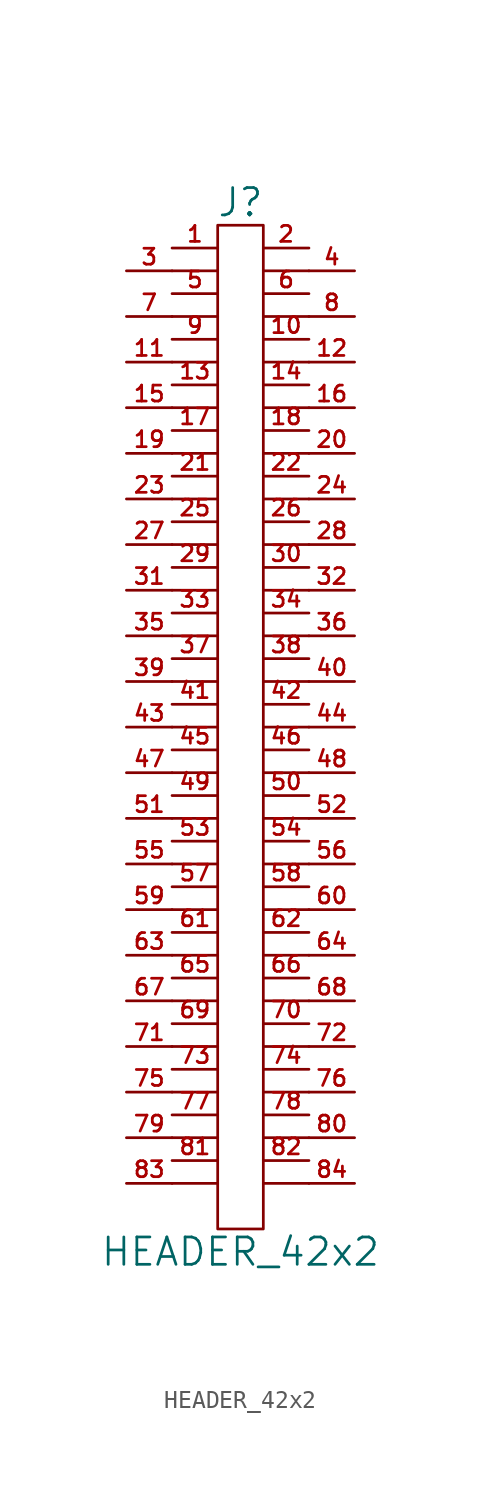
<source format=kicad_sym>
(kicad_symbol_lib
  (version 20220914)
  (generator kicad_symbol_editor)
  (symbol "HEADER_42x2"
    (pin_names
      (offset 0))
    (property "Reference" "J"
      (at 0 29.21 0)
      (effects (font (size 1.524 1.524))))
    (property "Value" "HEADER_42x2"
      (at 0 -29.21 0)
      (effects (font (size 1.524 1.524))))
    (property "Footprint" ""
      (at 0 2.54 0)
      (effects (font (size 1.524 1.524))))
    (property "Datasheet" ""
      (at 0 0 0)
      (effects (font (size 1.524 1.524))))
    (symbol "HEADER_42x2_0_1"
      (polyline (pts (xy -3.81 -25.4) (xy -1.27 -25.4)) (stroke (width 0) (type solid)) (fill (type none)))
      (polyline (pts (xy -3.81 -22.86) (xy -1.27 -22.86)) (stroke (width 0) (type solid)) (fill (type none)))
      (polyline (pts (xy -3.81 -20.32) (xy -1.27 -20.32)) (stroke (width 0) (type solid)) (fill (type none)))
      (polyline (pts (xy -3.81 -17.78) (xy -1.27 -17.78)) (stroke (width 0) (type solid)) (fill (type none)))
      (polyline (pts (xy -3.81 -15.24) (xy -1.27 -15.24)) (stroke (width 0) (type solid)) (fill (type none)))
      (polyline (pts (xy -3.81 -12.7) (xy -1.27 -12.7)) (stroke (width 0) (type solid)) (fill (type none)))
      (polyline (pts (xy -3.81 -10.16) (xy -1.27 -10.16)) (stroke (width 0) (type solid)) (fill (type none)))
      (polyline (pts (xy -3.81 -7.62) (xy -1.27 -7.62)) (stroke (width 0) (type solid)) (fill (type none)))
      (polyline (pts (xy -3.81 -5.08) (xy -1.27 -5.08)) (stroke (width 0) (type solid)) (fill (type none)))
      (polyline (pts (xy -3.81 -2.54) (xy -1.27 -2.54)) (stroke (width 0) (type solid)) (fill (type none)))
      (polyline (pts (xy -3.81 0) (xy -1.27 0)) (stroke (width 0) (type solid)) (fill (type none)))
      (polyline (pts (xy -3.81 2.54) (xy -1.27 2.54)) (stroke (width 0) (type solid)) (fill (type none)))
      (polyline (pts (xy -3.81 5.08) (xy -1.27 5.08)) (stroke (width 0) (type solid)) (fill (type none)))
      (polyline (pts (xy -3.81 7.62) (xy -1.27 7.62)) (stroke (width 0) (type solid)) (fill (type none)))
      (polyline (pts (xy -3.81 10.16) (xy -1.27 10.16)) (stroke (width 0) (type solid)) (fill (type none)))
      (polyline (pts (xy -3.81 12.7) (xy -1.27 12.7)) (stroke (width 0) (type solid)) (fill (type none)))
      (polyline (pts (xy -3.81 15.24) (xy -1.27 15.24)) (stroke (width 0) (type solid)) (fill (type none)))
      (polyline (pts (xy -3.81 17.78) (xy -1.27 17.78)) (stroke (width 0) (type solid)) (fill (type none)))
      (polyline (pts (xy -3.81 20.32) (xy -1.27 20.32)) (stroke (width 0) (type solid)) (fill (type none)))
      (polyline (pts (xy -3.81 22.86) (xy -1.27 22.86)) (stroke (width 0) (type solid)) (fill (type none)))
      (polyline (pts (xy -3.81 25.4) (xy -1.27 25.4)) (stroke (width 0) (type solid)) (fill (type none)))
      (polyline (pts (xy 1.27 -25.4) (xy 3.81 -25.4)) (stroke (width 0) (type solid)) (fill (type none)))
      (polyline (pts (xy 1.27 -22.86) (xy 3.81 -22.86)) (stroke (width 0) (type solid)) (fill (type none)))
      (polyline (pts (xy 1.27 -20.32) (xy 3.81 -20.32)) (stroke (width 0) (type solid)) (fill (type none)))
      (polyline (pts (xy 1.27 -17.78) (xy 3.81 -17.78)) (stroke (width 0) (type solid)) (fill (type none)))
      (polyline (pts (xy 1.27 -15.24) (xy 3.81 -15.24)) (stroke (width 0) (type solid)) (fill (type none)))
      (polyline (pts (xy 1.27 -12.7) (xy 3.81 -12.7)) (stroke (width 0) (type solid)) (fill (type none)))
      (polyline (pts (xy 1.27 -10.16) (xy 3.81 -10.16)) (stroke (width 0) (type solid)) (fill (type none)))
      (polyline (pts (xy 1.27 -7.62) (xy 3.81 -7.62)) (stroke (width 0) (type solid)) (fill (type none)))
      (polyline (pts (xy 1.27 -5.08) (xy 3.81 -5.08)) (stroke (width 0) (type solid)) (fill (type none)))
      (polyline (pts (xy 1.27 -2.54) (xy 3.81 -2.54)) (stroke (width 0) (type solid)) (fill (type none)))
      (polyline (pts (xy 1.27 0) (xy 3.81 0)) (stroke (width 0) (type solid)) (fill (type none)))
      (polyline (pts (xy 1.27 2.54) (xy 3.81 2.54)) (stroke (width 0) (type solid)) (fill (type none)))
      (polyline (pts (xy 1.27 5.08) (xy 3.81 5.08)) (stroke (width 0) (type solid)) (fill (type none)))
      (polyline (pts (xy 1.27 7.62) (xy 3.81 7.62)) (stroke (width 0) (type solid)) (fill (type none)))
      (polyline (pts (xy 1.27 10.16) (xy 3.81 10.16)) (stroke (width 0) (type solid)) (fill (type none)))
      (polyline (pts (xy 1.27 12.7) (xy 3.81 12.7)) (stroke (width 0) (type solid)) (fill (type none)))
      (polyline (pts (xy 1.27 15.24) (xy 3.81 15.24)) (stroke (width 0) (type solid)) (fill (type none)))
      (polyline (pts (xy 1.27 17.78) (xy 3.81 17.78)) (stroke (width 0) (type solid)) (fill (type none)))
      (polyline (pts (xy 1.27 20.32) (xy 3.81 20.32)) (stroke (width 0) (type solid)) (fill (type none)))
      (polyline (pts (xy 1.27 22.86) (xy 3.81 22.86)) (stroke (width 0) (type solid)) (fill (type none)))
      (polyline (pts (xy 1.27 25.4) (xy 3.81 25.4)) (stroke (width 0) (type solid)) (fill (type none)))
      (rectangle (start 1.27 -27.94) (end -1.27 27.94) (stroke (width 0) (type solid)) (fill (type none))))
    (symbol "HEADER_42x2_1_1"
      (pin passive line (at -3.81 26.67 0) (length 2.54) (name "~" (effects (font (size 1.27 1.27)))) (number "1" (effects (font (size 0.889 0.889)))))
      (pin passive line (at 3.81 21.59 180) (length 2.54) (name "~" (effects (font (size 1.27 1.27)))) (number "10" (effects (font (size 0.889 0.889)))))
      (pin passive line (at -6.35 20.32 0) (length 2.54) (name "~" (effects (font (size 1.27 1.27)))) (number "11" (effects (font (size 0.889 0.889)))))
      (pin passive line (at 6.35 20.32 180) (length 2.54) (name "~" (effects (font (size 1.27 1.27)))) (number "12" (effects (font (size 0.889 0.889)))))
      (pin passive line (at -3.81 19.05 0) (length 2.54) (name "~" (effects (font (size 1.27 1.27)))) (number "13" (effects (font (size 0.889 0.889)))))
      (pin passive line (at 3.81 19.05 180) (length 2.54) (name "~" (effects (font (size 1.27 1.27)))) (number "14" (effects (font (size 0.889 0.889)))))
      (pin passive line (at -6.35 17.78 0) (length 2.54) (name "~" (effects (font (size 1.27 1.27)))) (number "15" (effects (font (size 0.889 0.889)))))
      (pin passive line (at 6.35 17.78 180) (length 2.54) (name "~" (effects (font (size 1.27 1.27)))) (number "16" (effects (font (size 0.889 0.889)))))
      (pin passive line (at -3.81 16.51 0) (length 2.54) (name "~" (effects (font (size 1.27 1.27)))) (number "17" (effects (font (size 0.889 0.889)))))
      (pin passive line (at 3.81 16.51 180) (length 2.54) (name "~" (effects (font (size 1.27 1.27)))) (number "18" (effects (font (size 0.889 0.889)))))
      (pin passive line (at -6.35 15.24 0) (length 2.54) (name "~" (effects (font (size 1.27 1.27)))) (number "19" (effects (font (size 0.889 0.889)))))
      (pin passive line (at 3.81 26.67 180) (length 2.54) (name "~" (effects (font (size 1.27 1.27)))) (number "2" (effects (font (size 0.889 0.889)))))
      (pin passive line (at 6.35 15.24 180) (length 2.54) (name "~" (effects (font (size 1.27 1.27)))) (number "20" (effects (font (size 0.889 0.889)))))
      (pin passive line (at -3.81 13.97 0) (length 2.54) (name "~" (effects (font (size 1.27 1.27)))) (number "21" (effects (font (size 0.889 0.889)))))
      (pin passive line (at 3.81 13.97 180) (length 2.54) (name "~" (effects (font (size 1.27 1.27)))) (number "22" (effects (font (size 0.889 0.889)))))
      (pin passive line (at -6.35 12.7 0) (length 2.54) (name "~" (effects (font (size 1.27 1.27)))) (number "23" (effects (font (size 0.889 0.889)))))
      (pin passive line (at 6.35 12.7 180) (length 2.54) (name "~" (effects (font (size 1.27 1.27)))) (number "24" (effects (font (size 0.889 0.889)))))
      (pin passive line (at -3.81 11.43 0) (length 2.54) (name "~" (effects (font (size 1.27 1.27)))) (number "25" (effects (font (size 0.889 0.889)))))
      (pin passive line (at 3.81 11.43 180) (length 2.54) (name "~" (effects (font (size 1.27 1.27)))) (number "26" (effects (font (size 0.889 0.889)))))
      (pin passive line (at -6.35 10.16 0) (length 2.54) (name "~" (effects (font (size 1.27 1.27)))) (number "27" (effects (font (size 0.889 0.889)))))
      (pin passive line (at 6.35 10.16 180) (length 2.54) (name "~" (effects (font (size 1.27 1.27)))) (number "28" (effects (font (size 0.889 0.889)))))
      (pin passive line (at -3.81 8.89 0) (length 2.54) (name "~" (effects (font (size 1.27 1.27)))) (number "29" (effects (font (size 0.889 0.889)))))
      (pin passive line (at -6.35 25.4 0) (length 2.54) (name "~" (effects (font (size 1.27 1.27)))) (number "3" (effects (font (size 0.889 0.889)))))
      (pin passive line (at 3.81 8.89 180) (length 2.54) (name "~" (effects (font (size 1.27 1.27)))) (number "30" (effects (font (size 0.889 0.889)))))
      (pin passive line (at -6.35 7.62 0) (length 2.54) (name "~" (effects (font (size 1.27 1.27)))) (number "31" (effects (font (size 0.889 0.889)))))
      (pin passive line (at 6.35 7.62 180) (length 2.54) (name "~" (effects (font (size 1.27 1.27)))) (number "32" (effects (font (size 0.889 0.889)))))
      (pin passive line (at -3.81 6.35 0) (length 2.54) (name "~" (effects (font (size 1.27 1.27)))) (number "33" (effects (font (size 0.889 0.889)))))
      (pin passive line (at 3.81 6.35 180) (length 2.54) (name "~" (effects (font (size 1.27 1.27)))) (number "34" (effects (font (size 0.889 0.889)))))
      (pin passive line (at -6.35 5.08 0) (length 2.54) (name "~" (effects (font (size 1.27 1.27)))) (number "35" (effects (font (size 0.889 0.889)))))
      (pin passive line (at 6.35 5.08 180) (length 2.54) (name "~" (effects (font (size 1.27 1.27)))) (number "36" (effects (font (size 0.889 0.889)))))
      (pin passive line (at -3.81 3.81 0) (length 2.54) (name "~" (effects (font (size 0.889 0.889)))) (number "37" (effects (font (size 0.889 0.889)))))
      (pin passive line (at 3.81 3.81 180) (length 2.54) (name "~" (effects (font (size 1.27 1.27)))) (number "38" (effects (font (size 0.889 0.889)))))
      (pin passive line (at -6.35 2.54 0) (length 2.54) (name "~" (effects (font (size 1.27 1.27)))) (number "39" (effects (font (size 0.889 0.889)))))
      (pin passive line (at 6.35 25.4 180) (length 2.54) (name "~" (effects (font (size 1.27 1.27)))) (number "4" (effects (font (size 0.889 0.889)))))
      (pin passive line (at 6.35 2.54 180) (length 2.54) (name "~" (effects (font (size 1.27 1.27)))) (number "40" (effects (font (size 0.889 0.889)))))
      (pin passive line (at -3.81 1.27 0) (length 2.54) (name "~" (effects (font (size 1.27 1.27)))) (number "41" (effects (font (size 0.889 0.889)))))
      (pin passive line (at 3.81 1.27 180) (length 2.54) (name "~" (effects (font (size 1.27 1.27)))) (number "42" (effects (font (size 0.889 0.889)))))
      (pin passive line (at -6.35 0 0) (length 2.54) (name "~" (effects (font (size 1.27 1.27)))) (number "43" (effects (font (size 0.889 0.889)))))
      (pin passive line (at 6.35 0 180) (length 2.54) (name "~" (effects (font (size 1.27 1.27)))) (number "44" (effects (font (size 0.889 0.889)))))
      (pin passive line (at -3.81 -1.27 0) (length 2.54) (name "~" (effects (font (size 1.27 1.27)))) (number "45" (effects (font (size 0.889 0.889)))))
      (pin passive line (at 3.81 -1.27 180) (length 2.54) (name "~" (effects (font (size 1.27 1.27)))) (number "46" (effects (font (size 0.889 0.889)))))
      (pin passive line (at -6.35 -2.54 0) (length 2.54) (name "~" (effects (font (size 1.27 1.27)))) (number "47" (effects (font (size 0.889 0.889)))))
      (pin passive line (at 6.35 -2.54 180) (length 2.54) (name "~" (effects (font (size 1.27 1.27)))) (number "48" (effects (font (size 0.889 0.889)))))
      (pin passive line (at -3.81 -3.81 0) (length 2.54) (name "~" (effects (font (size 1.27 1.27)))) (number "49" (effects (font (size 0.889 0.889)))))
      (pin passive line (at -3.81 24.13 0) (length 2.54) (name "~" (effects (font (size 1.27 1.27)))) (number "5" (effects (font (size 0.889 0.889)))))
      (pin passive line (at 3.81 -3.81 180) (length 2.54) (name "~" (effects (font (size 1.27 1.27)))) (number "50" (effects (font (size 0.889 0.889)))))
      (pin passive line (at -6.35 -5.08 0) (length 2.54) (name "~" (effects (font (size 1.27 1.27)))) (number "51" (effects (font (size 0.889 0.889)))))
      (pin passive line (at 6.35 -5.08 180) (length 2.54) (name "~" (effects (font (size 1.27 1.27)))) (number "52" (effects (font (size 0.889 0.889)))))
      (pin passive line (at -3.81 -6.35 0) (length 2.54) (name "~" (effects (font (size 1.27 1.27)))) (number "53" (effects (font (size 0.889 0.889)))))
      (pin passive line (at 3.81 -6.35 180) (length 2.54) (name "~" (effects (font (size 1.27 1.27)))) (number "54" (effects (font (size 0.889 0.889)))))
      (pin passive line (at -6.35 -7.62 0) (length 2.54) (name "~" (effects (font (size 1.27 1.27)))) (number "55" (effects (font (size 0.889 0.889)))))
      (pin passive line (at 6.35 -7.62 180) (length 2.54) (name "~" (effects (font (size 1.27 1.27)))) (number "56" (effects (font (size 0.889 0.889)))))
      (pin passive line (at -3.81 -8.89 0) (length 2.54) (name "~" (effects (font (size 1.27 1.27)))) (number "57" (effects (font (size 0.889 0.889)))))
      (pin passive line (at 3.81 -8.89 180) (length 2.54) (name "~" (effects (font (size 1.27 1.27)))) (number "58" (effects (font (size 0.889 0.889)))))
      (pin passive line (at -6.35 -10.16 0) (length 2.54) (name "~" (effects (font (size 1.27 1.27)))) (number "59" (effects (font (size 0.889 0.889)))))
      (pin passive line (at 3.81 24.13 180) (length 2.54) (name "~" (effects (font (size 1.27 1.27)))) (number "6" (effects (font (size 0.889 0.889)))))
      (pin passive line (at 6.35 -10.16 180) (length 2.54) (name "~" (effects (font (size 1.27 1.27)))) (number "60" (effects (font (size 0.889 0.889)))))
      (pin passive line (at -3.81 -11.43 0) (length 2.54) (name "~" (effects (font (size 1.27 1.27)))) (number "61" (effects (font (size 0.889 0.889)))))
      (pin passive line (at 3.81 -11.43 180) (length 2.54) (name "~" (effects (font (size 1.27 1.27)))) (number "62" (effects (font (size 0.889 0.889)))))
      (pin passive line (at -6.35 -12.7 0) (length 2.54) (name "~" (effects (font (size 1.27 1.27)))) (number "63" (effects (font (size 0.889 0.889)))))
      (pin passive line (at 6.35 -12.7 180) (length 2.54) (name "~" (effects (font (size 1.27 1.27)))) (number "64" (effects (font (size 0.889 0.889)))))
      (pin passive line (at -3.81 -13.97 0) (length 2.54) (name "~" (effects (font (size 1.27 1.27)))) (number "65" (effects (font (size 0.889 0.889)))))
      (pin passive line (at 3.81 -13.97 180) (length 2.54) (name "~" (effects (font (size 1.27 1.27)))) (number "66" (effects (font (size 0.889 0.889)))))
      (pin passive line (at -6.35 -15.24 0) (length 2.54) (name "~" (effects (font (size 1.27 1.27)))) (number "67" (effects (font (size 0.889 0.889)))))
      (pin passive line (at 6.35 -15.24 180) (length 2.54) (name "~" (effects (font (size 1.27 1.27)))) (number "68" (effects (font (size 0.889 0.889)))))
      (pin passive line (at -3.81 -16.51 0) (length 2.54) (name "~" (effects (font (size 1.27 1.27)))) (number "69" (effects (font (size 0.889 0.889)))))
      (pin passive line (at -6.35 22.86 0) (length 2.54) (name "~" (effects (font (size 1.27 1.27)))) (number "7" (effects (font (size 0.889 0.889)))))
      (pin passive line (at 3.81 -16.51 180) (length 2.54) (name "~" (effects (font (size 1.27 1.27)))) (number "70" (effects (font (size 0.889 0.889)))))
      (pin passive line (at -6.35 -17.78 0) (length 2.54) (name "~" (effects (font (size 1.27 1.27)))) (number "71" (effects (font (size 0.889 0.889)))))
      (pin passive line (at 6.35 -17.78 180) (length 2.54) (name "~" (effects (font (size 1.27 1.27)))) (number "72" (effects (font (size 0.889 0.889)))))
      (pin passive line (at -3.81 -19.05 0) (length 2.54) (name "~" (effects (font (size 1.27 1.27)))) (number "73" (effects (font (size 0.889 0.889)))))
      (pin passive line (at 3.81 -19.05 180) (length 2.54) (name "~" (effects (font (size 1.27 1.27)))) (number "74" (effects (font (size 0.889 0.889)))))
      (pin passive line (at -6.35 -20.32 0) (length 2.54) (name "~" (effects (font (size 1.27 1.27)))) (number "75" (effects (font (size 0.889 0.889)))))
      (pin passive line (at 6.35 -20.32 180) (length 2.54) (name "~" (effects (font (size 1.27 1.27)))) (number "76" (effects (font (size 0.889 0.889)))))
      (pin passive line (at -3.81 -21.59 0) (length 2.54) (name "~" (effects (font (size 1.27 1.27)))) (number "77" (effects (font (size 0.889 0.889)))))
      (pin passive line (at 3.81 -21.59 180) (length 2.54) (name "~" (effects (font (size 1.27 1.27)))) (number "78" (effects (font (size 0.889 0.889)))))
      (pin passive line (at -6.35 -22.86 0) (length 2.54) (name "~" (effects (font (size 1.27 1.27)))) (number "79" (effects (font (size 0.889 0.889)))))
      (pin passive line (at 6.35 22.86 180) (length 2.54) (name "~" (effects (font (size 1.27 1.27)))) (number "8" (effects (font (size 0.889 0.889)))))
      (pin passive line (at 6.35 -22.86 180) (length 2.54) (name "~" (effects (font (size 1.27 1.27)))) (number "80" (effects (font (size 0.889 0.889)))))
      (pin passive line (at -3.81 -24.13 0) (length 2.54) (name "~" (effects (font (size 1.27 1.27)))) (number "81" (effects (font (size 0.889 0.889)))))
      (pin passive line (at 3.81 -24.13 180) (length 2.54) (name "~" (effects (font (size 1.27 1.27)))) (number "82" (effects (font (size 0.889 0.889)))))
      (pin passive line (at -6.35 -25.4 0) (length 2.54) (name "~" (effects (font (size 1.27 1.27)))) (number "83" (effects (font (size 0.889 0.889)))))
      (pin passive line (at 6.35 -25.4 180) (length 2.54) (name "~" (effects (font (size 1.27 1.27)))) (number "84" (effects (font (size 0.889 0.889)))))
      (pin passive line (at -3.81 21.59 0) (length 2.54) (name "~" (effects (font (size 1.27 1.27)))) (number "9" (effects (font (size 0.889 0.889))))))))
</source>
